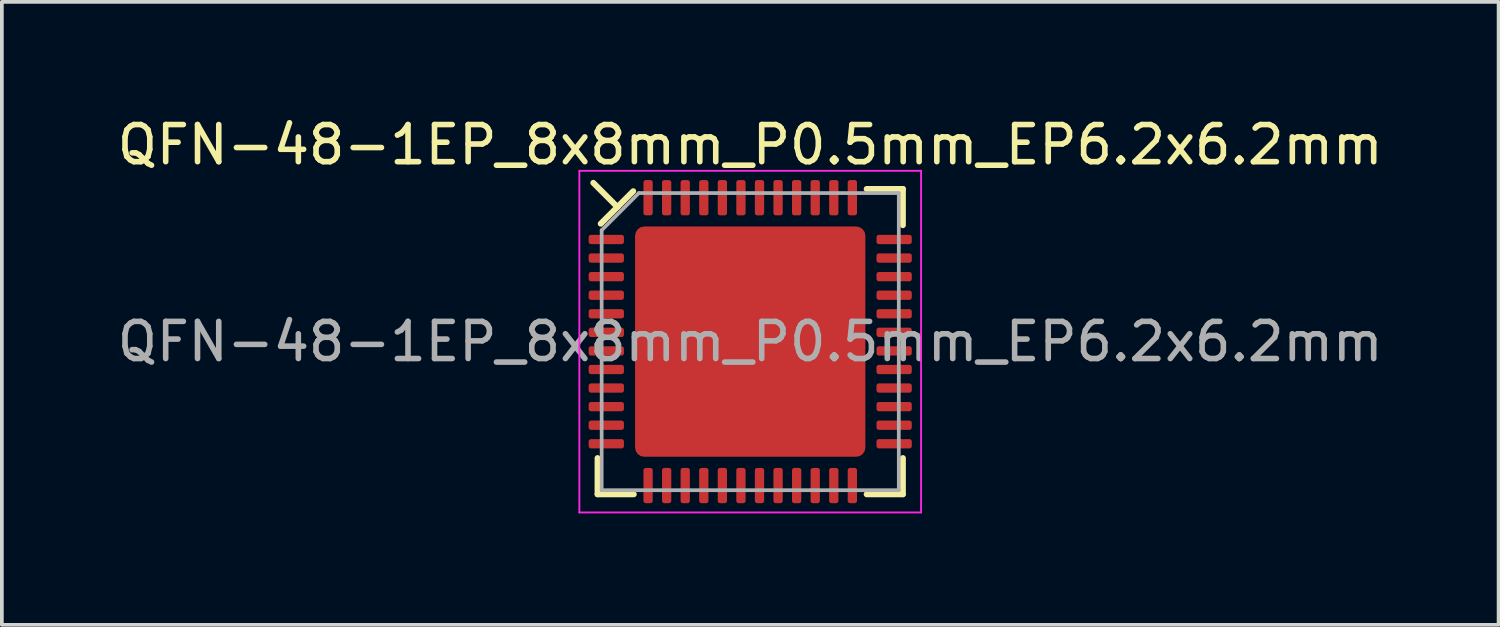
<source format=kicad_pcb>
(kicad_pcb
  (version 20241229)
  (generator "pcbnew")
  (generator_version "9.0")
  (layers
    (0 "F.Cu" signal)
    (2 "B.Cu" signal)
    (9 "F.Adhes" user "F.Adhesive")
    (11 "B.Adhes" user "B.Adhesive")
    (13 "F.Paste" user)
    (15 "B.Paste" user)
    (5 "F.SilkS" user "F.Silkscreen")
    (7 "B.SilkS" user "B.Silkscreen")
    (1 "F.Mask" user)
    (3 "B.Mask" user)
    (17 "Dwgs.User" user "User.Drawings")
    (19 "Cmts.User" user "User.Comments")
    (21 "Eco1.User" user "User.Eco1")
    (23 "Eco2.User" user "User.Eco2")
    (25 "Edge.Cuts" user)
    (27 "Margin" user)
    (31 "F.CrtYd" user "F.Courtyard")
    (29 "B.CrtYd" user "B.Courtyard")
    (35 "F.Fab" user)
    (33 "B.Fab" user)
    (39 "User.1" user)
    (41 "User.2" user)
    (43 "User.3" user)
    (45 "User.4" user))
  (footprint "QFN-48-1EP_8x8mm_P0.5mm_EP6.2x6.2mm"
    (layer "F.Cu")
    (at 17.149 6.148)
    (property "Reference" "QFN-48-1EP_8x8mm_P0.5mm_EP6.2x6.2mm" (at 0 -5.3 0) (layer "F.SilkS") (effects (font (size 1 1) (thickness 0.15))))
    (attr smd)
    (fp_line (start -4.11 4.11) (end -4.11 3.135) (stroke (width 0.16) (type solid)) (layer "F.SilkS"))
    (fp_line (start -3.575 -3.625) (end -4.225 -4.275) (stroke (width 0.16) (type solid)) (layer "F.SilkS"))
    (fp_line (start -3.15 -4.05) (end -4.025 -3.175) (stroke (width 0.16) (type solid)) (layer "F.SilkS"))
    (fp_line (start -3.135 4.11) (end -4.11 4.11) (stroke (width 0.16) (type solid)) (layer "F.SilkS"))
    (fp_line (start 3.135 -4.11) (end 4.11 -4.11) (stroke (width 0.16) (type solid)) (layer "F.SilkS"))
    (fp_line (start 3.135 4.11) (end 4.11 4.11) (stroke (width 0.16) (type solid)) (layer "F.SilkS"))
    (fp_line (start 4.11 -4.11) (end 4.11 -3.135) (stroke (width 0.16) (type solid)) (layer "F.SilkS"))
    (fp_line (start 4.11 4.11) (end 4.11 3.135) (stroke (width 0.16) (type solid)) (layer "F.SilkS"))
    (fp_line (start -4.6 -4.6) (end -4.6 4.6) (stroke (width 0.05) (type solid)) (layer "F.CrtYd"))
    (fp_line (start -4.6 4.6) (end 4.6 4.6) (stroke (width 0.05) (type solid)) (layer "F.CrtYd"))
    (fp_line (start 4.6 -4.6) (end -4.6 -4.6) (stroke (width 0.05) (type solid)) (layer "F.CrtYd"))
    (fp_line (start 4.6 4.6) (end 4.6 -4.6) (stroke (width 0.05) (type solid)) (layer "F.CrtYd"))
    (fp_line (start -4 -3) (end -3 -4) (stroke (width 0.1) (type solid)) (layer "F.Fab"))
    (fp_line (start -4 4) (end -4 -3) (stroke (width 0.1) (type solid)) (layer "F.Fab"))
    (fp_line (start -3 -4) (end 4 -4) (stroke (width 0.1) (type solid)) (layer "F.Fab"))
    (fp_line (start 4 -4) (end 4 4) (stroke (width 0.1) (type solid)) (layer "F.Fab"))
    (fp_line (start 4 4) (end -4 4) (stroke (width 0.1) (type solid)) (layer "F.Fab"))
    (fp_text user "${REFERENCE}" (at 0 0 0) (layer "F.Fab") (effects (font (size 1 1) (thickness 0.15))))
    (pad "" smd roundrect (at -2.48 -2.48) (size 1 1) (layers "F.Paste") (roundrect_rratio 0.25))
    (pad "" smd roundrect (at -2.48 -1.24) (size 1 1) (layers "F.Paste") (roundrect_rratio 0.25))
    (pad "" smd roundrect (at -2.48 0) (size 1 1) (layers "F.Paste") (roundrect_rratio 0.25))
    (pad "" smd roundrect (at -2.48 1.24) (size 1 1) (layers "F.Paste") (roundrect_rratio 0.25))
    (pad "" smd roundrect (at -2.48 2.48) (size 1 1) (layers "F.Paste") (roundrect_rratio 0.25))
    (pad "" smd roundrect (at -1.24 -2.48) (size 1 1) (layers "F.Paste") (roundrect_rratio 0.25))
    (pad "" smd roundrect (at -1.24 -1.24) (size 1 1) (layers "F.Paste") (roundrect_rratio 0.25))
    (pad "" smd roundrect (at -1.24 0) (size 1 1) (layers "F.Paste") (roundrect_rratio 0.25))
    (pad "" smd roundrect (at -1.24 1.24) (size 1 1) (layers "F.Paste") (roundrect_rratio 0.25))
    (pad "" smd roundrect (at -1.24 2.48) (size 1 1) (layers "F.Paste") (roundrect_rratio 0.25))
    (pad "" smd roundrect (at 0 -2.48) (size 1 1) (layers "F.Paste") (roundrect_rratio 0.25))
    (pad "" smd roundrect (at 0 -1.24) (size 1 1) (layers "F.Paste") (roundrect_rratio 0.25))
    (pad "" smd roundrect (at 0 0) (size 1 1) (layers "F.Paste") (roundrect_rratio 0.25))
    (pad "" smd roundrect (at 0 1.24) (size 1 1) (layers "F.Paste") (roundrect_rratio 0.25))
    (pad "" smd roundrect (at 0 2.48) (size 1 1) (layers "F.Paste") (roundrect_rratio 0.25))
    (pad "" smd roundrect (at 1.24 -2.48) (size 1 1) (layers "F.Paste") (roundrect_rratio 0.25))
    (pad "" smd roundrect (at 1.24 -1.24) (size 1 1) (layers "F.Paste") (roundrect_rratio 0.25))
    (pad "" smd roundrect (at 1.24 0) (size 1 1) (layers "F.Paste") (roundrect_rratio 0.25))
    (pad "" smd roundrect (at 1.24 1.24) (size 1 1) (layers "F.Paste") (roundrect_rratio 0.25))
    (pad "" smd roundrect (at 1.24 2.48) (size 1 1) (layers "F.Paste") (roundrect_rratio 0.25))
    (pad "" smd roundrect (at 2.48 -2.48) (size 1 1) (layers "F.Paste") (roundrect_rratio 0.25))
    (pad "" smd roundrect (at 2.48 -1.24) (size 1 1) (layers "F.Paste") (roundrect_rratio 0.25))
    (pad "" smd roundrect (at 2.48 0) (size 1 1) (layers "F.Paste") (roundrect_rratio 0.25))
    (pad "" smd roundrect (at 2.48 1.24) (size 1 1) (layers "F.Paste") (roundrect_rratio 0.25))
    (pad "" smd roundrect (at 2.48 2.48) (size 1 1) (layers "F.Paste") (roundrect_rratio 0.25))
    (pad "1" smd roundrect (at -3.875 -2.75) (size 0.95 0.25) (layers "F.Cu" "F.Mask" "F.Paste") (roundrect_rratio 0.25))
    (pad "2" smd roundrect (at -3.875 -2.25) (size 0.95 0.25) (layers "F.Cu" "F.Mask" "F.Paste") (roundrect_rratio 0.25))
    (pad "3" smd roundrect (at -3.875 -1.75) (size 0.95 0.25) (layers "F.Cu" "F.Mask" "F.Paste") (roundrect_rratio 0.25))
    (pad "4" smd roundrect (at -3.875 -1.25) (size 0.95 0.25) (layers "F.Cu" "F.Mask" "F.Paste") (roundrect_rratio 0.25))
    (pad "5" smd roundrect (at -3.875 -0.75) (size 0.95 0.25) (layers "F.Cu" "F.Mask" "F.Paste") (roundrect_rratio 0.25))
    (pad "6" smd roundrect (at -3.875 -0.25) (size 0.95 0.25) (layers "F.Cu" "F.Mask" "F.Paste") (roundrect_rratio 0.25))
    (pad "7" smd roundrect (at -3.875 0.25) (size 0.95 0.25) (layers "F.Cu" "F.Mask" "F.Paste") (roundrect_rratio 0.25))
    (pad "8" smd roundrect (at -3.875 0.75) (size 0.95 0.25) (layers "F.Cu" "F.Mask" "F.Paste") (roundrect_rratio 0.25))
    (pad "9" smd roundrect (at -3.875 1.25) (size 0.95 0.25) (layers "F.Cu" "F.Mask" "F.Paste") (roundrect_rratio 0.25))
    (pad "10" smd roundrect (at -3.875 1.75) (size 0.95 0.25) (layers "F.Cu" "F.Mask" "F.Paste") (roundrect_rratio 0.25))
    (pad "11" smd roundrect (at -3.875 2.25) (size 0.95 0.25) (layers "F.Cu" "F.Mask" "F.Paste") (roundrect_rratio 0.25))
    (pad "12" smd roundrect (at -3.875 2.75) (size 0.95 0.25) (layers "F.Cu" "F.Mask" "F.Paste") (roundrect_rratio 0.25))
    (pad "13" smd roundrect (at -2.75 3.875) (size 0.25 0.95) (layers "F.Cu" "F.Mask" "F.Paste") (roundrect_rratio 0.25))
    (pad "14" smd roundrect (at -2.25 3.875) (size 0.25 0.95) (layers "F.Cu" "F.Mask" "F.Paste") (roundrect_rratio 0.25))
    (pad "15" smd roundrect (at -1.75 3.875) (size 0.25 0.95) (layers "F.Cu" "F.Mask" "F.Paste") (roundrect_rratio 0.25))
    (pad "16" smd roundrect (at -1.25 3.875) (size 0.25 0.95) (layers "F.Cu" "F.Mask" "F.Paste") (roundrect_rratio 0.25))
    (pad "17" smd roundrect (at -0.75 3.875) (size 0.25 0.95) (layers "F.Cu" "F.Mask" "F.Paste") (roundrect_rratio 0.25))
    (pad "18" smd roundrect (at -0.25 3.875) (size 0.25 0.95) (layers "F.Cu" "F.Mask" "F.Paste") (roundrect_rratio 0.25))
    (pad "19" smd roundrect (at 0.25 3.875) (size 0.25 0.95) (layers "F.Cu" "F.Mask" "F.Paste") (roundrect_rratio 0.25))
    (pad "20" smd roundrect (at 0.75 3.875) (size 0.25 0.95) (layers "F.Cu" "F.Mask" "F.Paste") (roundrect_rratio 0.25))
    (pad "21" smd roundrect (at 1.25 3.875) (size 0.25 0.95) (layers "F.Cu" "F.Mask" "F.Paste") (roundrect_rratio 0.25))
    (pad "22" smd roundrect (at 1.75 3.875) (size 0.25 0.95) (layers "F.Cu" "F.Mask" "F.Paste") (roundrect_rratio 0.25))
    (pad "23" smd roundrect (at 2.25 3.875) (size 0.25 0.95) (layers "F.Cu" "F.Mask" "F.Paste") (roundrect_rratio 0.25))
    (pad "24" smd roundrect (at 2.75 3.875) (size 0.25 0.95) (layers "F.Cu" "F.Mask" "F.Paste") (roundrect_rratio 0.25))
    (pad "25" smd roundrect (at 3.875 2.75) (size 0.95 0.25) (layers "F.Cu" "F.Mask" "F.Paste") (roundrect_rratio 0.25))
    (pad "26" smd roundrect (at 3.875 2.25) (size 0.95 0.25) (layers "F.Cu" "F.Mask" "F.Paste") (roundrect_rratio 0.25))
    (pad "27" smd roundrect (at 3.875 1.75) (size 0.95 0.25) (layers "F.Cu" "F.Mask" "F.Paste") (roundrect_rratio 0.25))
    (pad "28" smd roundrect (at 3.875 1.25) (size 0.95 0.25) (layers "F.Cu" "F.Mask" "F.Paste") (roundrect_rratio 0.25))
    (pad "29" smd roundrect (at 3.875 0.75) (size 0.95 0.25) (layers "F.Cu" "F.Mask" "F.Paste") (roundrect_rratio 0.25))
    (pad "30" smd roundrect (at 3.875 0.25) (size 0.95 0.25) (layers "F.Cu" "F.Mask" "F.Paste") (roundrect_rratio 0.25))
    (pad "31" smd roundrect (at 3.875 -0.25) (size 0.95 0.25) (layers "F.Cu" "F.Mask" "F.Paste") (roundrect_rratio 0.25))
    (pad "32" smd roundrect (at 3.875 -0.75) (size 0.95 0.25) (layers "F.Cu" "F.Mask" "F.Paste") (roundrect_rratio 0.25))
    (pad "33" smd roundrect (at 3.875 -1.25) (size 0.95 0.25) (layers "F.Cu" "F.Mask" "F.Paste") (roundrect_rratio 0.25))
    (pad "34" smd roundrect (at 3.875 -1.75) (size 0.95 0.25) (layers "F.Cu" "F.Mask" "F.Paste") (roundrect_rratio 0.25))
    (pad "35" smd roundrect (at 3.875 -2.25) (size 0.95 0.25) (layers "F.Cu" "F.Mask" "F.Paste") (roundrect_rratio 0.25))
    (pad "36" smd roundrect (at 3.875 -2.75) (size 0.95 0.25) (layers "F.Cu" "F.Mask" "F.Paste") (roundrect_rratio 0.25))
    (pad "37" smd roundrect (at 2.75 -3.875) (size 0.25 0.95) (layers "F.Cu" "F.Mask" "F.Paste") (roundrect_rratio 0.25))
    (pad "38" smd roundrect (at 2.25 -3.875) (size 0.25 0.95) (layers "F.Cu" "F.Mask" "F.Paste") (roundrect_rratio 0.25))
    (pad "39" smd roundrect (at 1.75 -3.875) (size 0.25 0.95) (layers "F.Cu" "F.Mask" "F.Paste") (roundrect_rratio 0.25))
    (pad "40" smd roundrect (at 1.25 -3.875) (size 0.25 0.95) (layers "F.Cu" "F.Mask" "F.Paste") (roundrect_rratio 0.25))
    (pad "41" smd roundrect (at 0.75 -3.875) (size 0.25 0.95) (layers "F.Cu" "F.Mask" "F.Paste") (roundrect_rratio 0.25))
    (pad "42" smd roundrect (at 0.25 -3.875) (size 0.25 0.95) (layers "F.Cu" "F.Mask" "F.Paste") (roundrect_rratio 0.25))
    (pad "43" smd roundrect (at -0.25 -3.875) (size 0.25 0.95) (layers "F.Cu" "F.Mask" "F.Paste") (roundrect_rratio 0.25))
    (pad "44" smd roundrect (at -0.75 -3.875) (size 0.25 0.95) (layers "F.Cu" "F.Mask" "F.Paste") (roundrect_rratio 0.25))
    (pad "45" smd roundrect (at -1.25 -3.875) (size 0.25 0.95) (layers "F.Cu" "F.Mask" "F.Paste") (roundrect_rratio 0.25))
    (pad "46" smd roundrect (at -1.75 -3.875) (size 0.25 0.95) (layers "F.Cu" "F.Mask" "F.Paste") (roundrect_rratio 0.25))
    (pad "47" smd roundrect (at -2.25 -3.875) (size 0.25 0.95) (layers "F.Cu" "F.Mask" "F.Paste") (roundrect_rratio 0.25))
    (pad "48" smd roundrect (at -2.75 -3.875) (size 0.25 0.95) (layers "F.Cu" "F.Mask" "F.Paste") (roundrect_rratio 0.25))
    (pad "49" smd roundrect (at 0 0) (size 6.2 6.2) (layers "F.Cu" "F.Mask") (roundrect_rratio 0.04)))
  (gr_rect
    (start -3 -3)
    (end 37.298 13.773)
    (stroke (width 0.1) (type default))
    (fill no)
    (layer "Edge.Cuts")))
</source>
